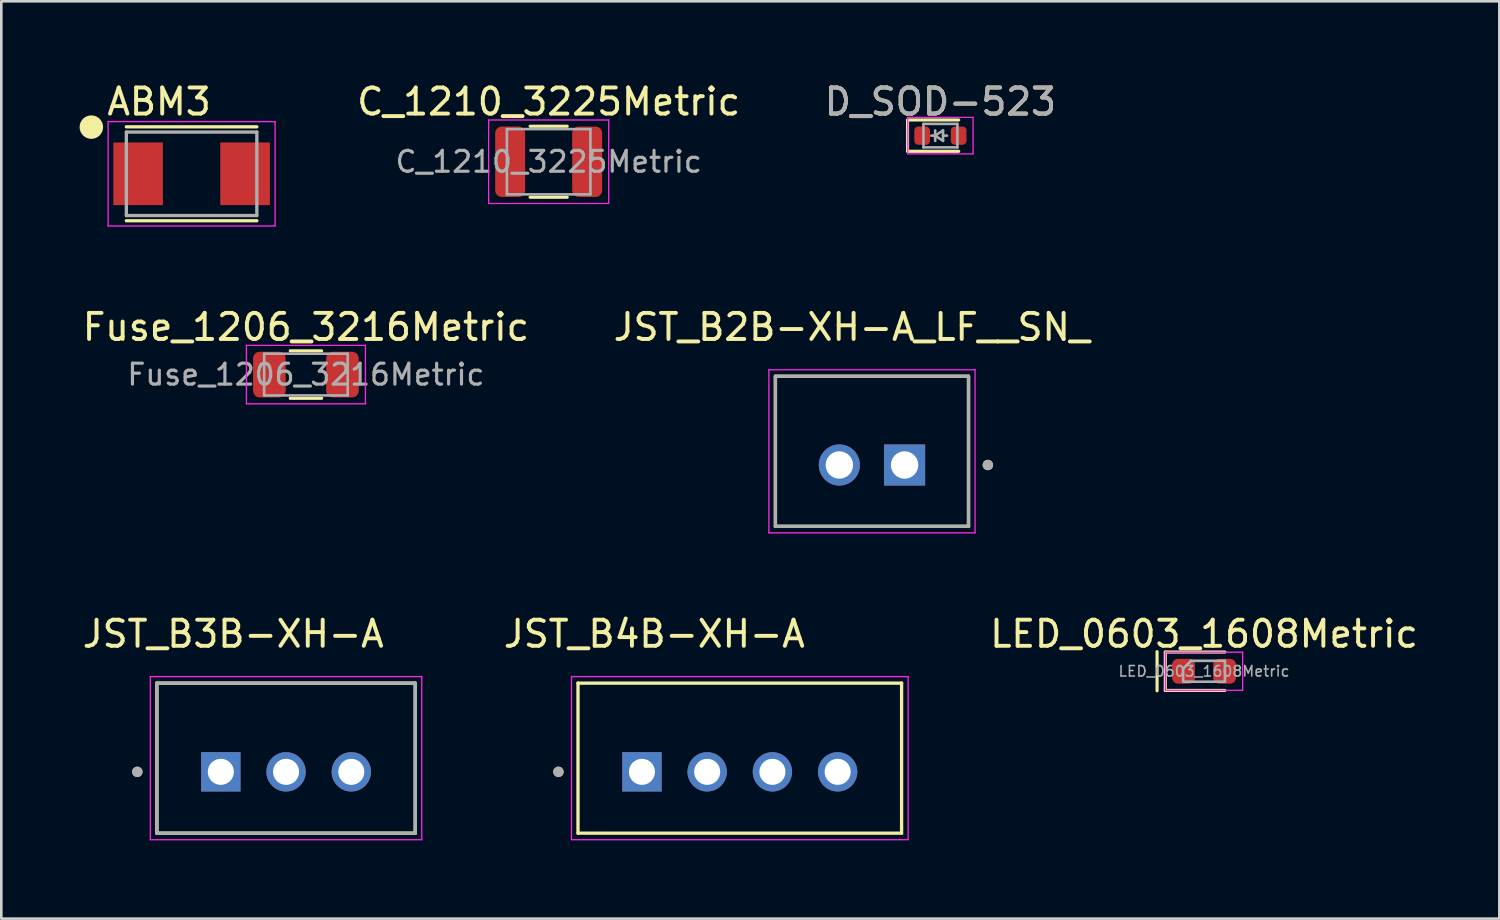
<source format=kicad_pcb>
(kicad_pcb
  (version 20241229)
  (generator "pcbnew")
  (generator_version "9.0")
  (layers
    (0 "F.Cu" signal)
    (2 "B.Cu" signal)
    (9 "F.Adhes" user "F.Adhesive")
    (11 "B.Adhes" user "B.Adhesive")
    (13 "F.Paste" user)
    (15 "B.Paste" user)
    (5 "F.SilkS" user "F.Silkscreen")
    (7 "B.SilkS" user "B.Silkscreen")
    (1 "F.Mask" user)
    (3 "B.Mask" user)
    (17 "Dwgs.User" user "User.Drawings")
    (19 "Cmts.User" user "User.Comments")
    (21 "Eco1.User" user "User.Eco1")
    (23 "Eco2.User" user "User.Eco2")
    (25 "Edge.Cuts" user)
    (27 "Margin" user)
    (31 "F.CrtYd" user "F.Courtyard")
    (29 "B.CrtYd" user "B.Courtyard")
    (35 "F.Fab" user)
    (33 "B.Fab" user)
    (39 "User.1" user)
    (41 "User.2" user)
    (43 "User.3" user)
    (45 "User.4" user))
  (footprint "JST_B3B-XH-A"
    (layer "F.Cu")
    (at 7.912 26.002)
    (property "Reference" "JST_B3B-XH-A" (at -2.025 -4.76 0) (layer "F.SilkS") (effects (font (size 1 1) (thickness 0.15))))
    (attr through_hole)
    (fp_line (start -4.95 -2.875) (end 4.95 -2.875) (stroke (width 0.127) (type solid)) (layer "F.SilkS"))
    (fp_line (start -4.95 2.875) (end -4.95 -2.875) (stroke (width 0.127) (type solid)) (layer "F.SilkS"))
    (fp_line (start 4.95 -2.875) (end 4.95 2.875) (stroke (width 0.127) (type solid)) (layer "F.SilkS"))
    (fp_line (start 4.95 2.875) (end -4.95 2.875) (stroke (width 0.127) (type solid)) (layer "F.SilkS"))
    (fp_circle (center -5.7 0.525) (end -5.6 0.525) (stroke (width 0.2) (type solid)) (fill no) (layer "F.SilkS"))
    (fp_line (start -5.2 -3.125) (end -5.2 3.125) (stroke (width 0.05) (type solid)) (layer "F.CrtYd"))
    (fp_line (start -5.2 3.125) (end 5.2 3.125) (stroke (width 0.05) (type solid)) (layer "F.CrtYd"))
    (fp_line (start 5.2 -3.125) (end -5.2 -3.125) (stroke (width 0.05) (type solid)) (layer "F.CrtYd"))
    (fp_line (start 5.2 3.125) (end 5.2 -3.125) (stroke (width 0.05) (type solid)) (layer "F.CrtYd"))
    (fp_line (start -4.95 -2.875) (end 4.95 -2.875) (stroke (width 0.127) (type solid)) (layer "F.Fab"))
    (fp_line (start -4.95 2.875) (end -4.95 -2.875) (stroke (width 0.127) (type solid)) (layer "F.Fab"))
    (fp_line (start 4.95 -2.875) (end 4.95 2.875) (stroke (width 0.127) (type solid)) (layer "F.Fab"))
    (fp_line (start 4.95 2.875) (end -4.95 2.875) (stroke (width 0.127) (type solid)) (layer "F.Fab"))
    (fp_circle (center -5.7 0.525) (end -5.6 0.525) (stroke (width 0.2) (type solid)) (fill no) (layer "F.Fab"))
    (pad "1" thru_hole rect (at -2.5 0.525) (size 1.508 1.508) (drill 1) (layers "*.Cu" "*.Mask"))
    (pad "2" thru_hole circle (at 0 0.525) (size 1.508 1.508) (drill 1) (layers "*.Cu" "*.Mask"))
    (pad "3" thru_hole circle (at 2.5 0.525) (size 1.508 1.508) (drill 1) (layers "*.Cu" "*.Mask")))
  (footprint "ABM3"
    (layer "F.Cu")
    (at 4.292 3.61)
    (property "Reference" "ABM3" (at -1.245 -2.762 0) (layer "F.SilkS") (effects (font (size 1 1) (thickness 0.15))))
    (attr smd)
    (fp_line (start -2.5 -1.8) (end 2.5 -1.8) (stroke (width 0.127) (type solid)) (layer "F.SilkS"))
    (fp_line (start -2.5 1.8) (end 2.5 1.8) (stroke (width 0.127) (type solid)) (layer "F.SilkS"))
    (fp_circle (center -3.842 -1.789) (end -3.442 -1.789) (stroke (width 0.1) (type solid)) (fill yes) (layer "F.SilkS"))
    (fp_line (start -3.2 -2) (end -3.2 2) (stroke (width 0.05) (type solid)) (layer "F.CrtYd"))
    (fp_line (start -3.2 2) (end 3.2 2) (stroke (width 0.05) (type solid)) (layer "F.CrtYd"))
    (fp_line (start 3.2 -2) (end -3.2 -2) (stroke (width 0.05) (type solid)) (layer "F.CrtYd"))
    (fp_line (start 3.2 2) (end 3.2 -2) (stroke (width 0.05) (type solid)) (layer "F.CrtYd"))
    (fp_line (start -2.5 -1.6) (end -2.5 1.6) (stroke (width 0.127) (type solid)) (layer "F.Fab"))
    (fp_line (start -2.5 -1.6) (end 2.5 -1.6) (stroke (width 0.127) (type solid)) (layer "F.Fab"))
    (fp_line (start -2.5 1.6) (end 2.5 1.6) (stroke (width 0.127) (type solid)) (layer "F.Fab"))
    (fp_line (start 2.5 -1.6) (end 2.5 1.6) (stroke (width 0.127) (type solid)) (layer "F.Fab"))
    (pad "1" smd rect (at -2.05 0) (size 1.9 2.4) (layers "F.Cu" "F.Mask" "F.Paste"))
    (pad "2" smd rect (at 2.05 0) (size 1.9 2.4) (layers "F.Cu" "F.Mask" "F.Paste")))
  (footprint "Fuse_1206_3216Metric"
    (layer "F.Cu")
    (at 8.673 11.304)
    (property "Reference" "Fuse_1206_3216Metric" (at 0 -1.82 0) (layer "F.SilkS") (effects (font (size 1 1) (thickness 0.15))))
    (attr smd)
    (fp_line (start -0.602 -0.91) (end 0.602 -0.91) (stroke (width 0.12) (type solid)) (layer "F.SilkS"))
    (fp_line (start -0.602 0.91) (end 0.602 0.91) (stroke (width 0.12) (type solid)) (layer "F.SilkS"))
    (fp_line (start -2.28 -1.12) (end 2.28 -1.12) (stroke (width 0.05) (type solid)) (layer "F.CrtYd"))
    (fp_line (start -2.28 1.12) (end -2.28 -1.12) (stroke (width 0.05) (type solid)) (layer "F.CrtYd"))
    (fp_line (start 2.28 -1.12) (end 2.28 1.12) (stroke (width 0.05) (type solid)) (layer "F.CrtYd"))
    (fp_line (start 2.28 1.12) (end -2.28 1.12) (stroke (width 0.05) (type solid)) (layer "F.CrtYd"))
    (fp_line (start -1.6 -0.8) (end 1.6 -0.8) (stroke (width 0.1) (type solid)) (layer "F.Fab"))
    (fp_line (start -1.6 0.8) (end -1.6 -0.8) (stroke (width 0.1) (type solid)) (layer "F.Fab"))
    (fp_line (start 1.6 -0.8) (end 1.6 0.8) (stroke (width 0.1) (type solid)) (layer "F.Fab"))
    (fp_line (start 1.6 0.8) (end -1.6 0.8) (stroke (width 0.1) (type solid)) (layer "F.Fab"))
    (fp_text user "${REFERENCE}" (at 0 0 0) (layer "F.Fab") (effects (font (size 0.8 0.8) (thickness 0.12))))
    (pad "1" smd roundrect (at -1.4 0) (size 1.25 1.75) (layers "F.Cu" "F.Mask" "F.Paste") (roundrect_rratio 0.2))
    (pad "2" smd roundrect (at 1.4 0) (size 1.25 1.75) (layers "F.Cu" "F.Mask" "F.Paste") (roundrect_rratio 0.2)))
  (footprint "C_1210_3225Metric"
    (layer "F.Cu")
    (at 17.975 3.148)
    (property "Reference" "C_1210_3225Metric" (at 0 -2.3 0) (layer "F.SilkS") (effects (font (size 1 1) (thickness 0.15))))
    (attr smd)
    (fp_line (start -0.711 -1.36) (end 0.711 -1.36) (stroke (width 0.12) (type solid)) (layer "F.SilkS"))
    (fp_line (start -0.711 1.36) (end 0.711 1.36) (stroke (width 0.12) (type solid)) (layer "F.SilkS"))
    (fp_line (start -2.3 -1.6) (end 2.3 -1.6) (stroke (width 0.05) (type solid)) (layer "F.CrtYd"))
    (fp_line (start -2.3 1.6) (end -2.3 -1.6) (stroke (width 0.05) (type solid)) (layer "F.CrtYd"))
    (fp_line (start 2.3 -1.6) (end 2.3 1.6) (stroke (width 0.05) (type solid)) (layer "F.CrtYd"))
    (fp_line (start 2.3 1.6) (end -2.3 1.6) (stroke (width 0.05) (type solid)) (layer "F.CrtYd"))
    (fp_line (start -1.6 -1.25) (end 1.6 -1.25) (stroke (width 0.1) (type solid)) (layer "F.Fab"))
    (fp_line (start -1.6 1.25) (end -1.6 -1.25) (stroke (width 0.1) (type solid)) (layer "F.Fab"))
    (fp_line (start 1.6 -1.25) (end 1.6 1.25) (stroke (width 0.1) (type solid)) (layer "F.Fab"))
    (fp_line (start 1.6 1.25) (end -1.6 1.25) (stroke (width 0.1) (type solid)) (layer "F.Fab"))
    (fp_text user "${REFERENCE}" (at 0 0 0) (layer "F.Fab") (effects (font (size 0.8 0.8) (thickness 0.12))))
    (pad "1" smd roundrect (at -1.475 0) (size 1.15 2.7) (layers "F.Cu" "F.Mask" "F.Paste") (roundrect_rratio 0.217))
    (pad "2" smd roundrect (at 1.475 0) (size 1.15 2.7) (layers "F.Cu" "F.Mask" "F.Paste") (roundrect_rratio 0.217))
    (zone (net_name "") (layer "F.Cu") (hatch edge 0.5) (connect_pads) (min_thickness 0.25) (filled_areas_thickness no) (keepout (tracks not_allowed) (vias not_allowed) (pads allowed) (copperpour not_allowed) (footprints allowed)) (placement (enabled no)) (fill) (polygon (pts (xy 18.625 4.568) (xy 18.625 1.728) (xy 17.325 1.728) (xy 17.325 4.568)))))
  (footprint "JST_B4B-XH-A"
    (layer "F.Cu")
    (at 24.049 26.002)
    (property "Reference" "JST_B4B-XH-A" (at -2.025 -4.76 0) (layer "F.SilkS") (effects (font (size 1 1) (thickness 0.15))))
    (attr through_hole)
    (fp_line (start -4.95 -2.875) (end 7.45 -2.875) (stroke (width 0.127) (type solid)) (layer "F.SilkS"))
    (fp_line (start -4.95 2.875) (end -4.95 -2.875) (stroke (width 0.127) (type solid)) (layer "F.SilkS"))
    (fp_line (start 7.45 -2.875) (end 7.45 2.875) (stroke (width 0.127) (type solid)) (layer "F.SilkS"))
    (fp_line (start 7.45 2.875) (end -4.95 2.875) (stroke (width 0.127) (type solid)) (layer "F.SilkS"))
    (fp_circle (center -5.7 0.525) (end -5.6 0.525) (stroke (width 0.2) (type solid)) (fill no) (layer "F.SilkS"))
    (fp_line (start -5.2 -3.125) (end -5.2 3.125) (stroke (width 0.05) (type solid)) (layer "F.CrtYd"))
    (fp_line (start -5.2 3.125) (end 7.7 3.125) (stroke (width 0.05) (type solid)) (layer "F.CrtYd"))
    (fp_line (start 7.7 -3.125) (end -5.2 -3.125) (stroke (width 0.05) (type solid)) (layer "F.CrtYd"))
    (fp_line (start 7.7 3.125) (end 7.7 -3.125) (stroke (width 0.05) (type solid)) (layer "F.CrtYd"))
    (fp_circle (center -5.7 0.525) (end -5.6 0.525) (stroke (width 0.2) (type solid)) (fill no) (layer "F.Fab"))
    (pad "1" thru_hole rect (at -2.5 0.525) (size 1.508 1.508) (drill 1) (layers "*.Cu" "*.Mask"))
    (pad "2" thru_hole circle (at 0 0.525) (size 1.508 1.508) (drill 1) (layers "*.Cu" "*.Mask"))
    (pad "3" thru_hole circle (at 2.5 0.525) (size 1.508 1.508) (drill 1) (layers "*.Cu" "*.Mask"))
    (pad "3" thru_hole circle (at 5 0.525) (size 1.508 1.508) (drill 1) (layers "*.Cu" "*.Mask")))
  (footprint "D_SOD-523"
    (layer "F.Cu")
    (at 32.987 2.148)
    (property "Reference" "D_SOD-523" (at 0 -1.3 0) (layer "F.SilkS") (effects (font (size 1 1) (thickness 0.15))))
    (attr smd)
    (fp_line (start -1.26 -0.6) (end -1.26 0.6) (stroke (width 0.12) (type solid)) (layer "F.SilkS"))
    (fp_line (start 0.7 -0.6) (end -1.26 -0.6) (stroke (width 0.12) (type solid)) (layer "F.SilkS"))
    (fp_line (start 0.7 0.6) (end -1.26 0.6) (stroke (width 0.12) (type solid)) (layer "F.SilkS"))
    (fp_line (start -1.25 -0.7) (end 1.25 -0.7) (stroke (width 0.05) (type solid)) (layer "F.CrtYd"))
    (fp_line (start -1.25 0.7) (end -1.25 -0.7) (stroke (width 0.05) (type solid)) (layer "F.CrtYd"))
    (fp_line (start 1.25 -0.7) (end 1.25 0.7) (stroke (width 0.05) (type solid)) (layer "F.CrtYd"))
    (fp_line (start 1.25 0.7) (end -1.25 0.7) (stroke (width 0.05) (type solid)) (layer "F.CrtYd"))
    (fp_line (start -0.65 -0.45) (end 0.65 -0.45) (stroke (width 0.1) (type solid)) (layer "F.Fab"))
    (fp_line (start -0.65 0.45) (end -0.65 -0.45) (stroke (width 0.1) (type solid)) (layer "F.Fab"))
    (fp_line (start -0.2 0) (end -0.35 0) (stroke (width 0.1) (type solid)) (layer "F.Fab"))
    (fp_line (start -0.2 0) (end 0.1 0.2) (stroke (width 0.1) (type solid)) (layer "F.Fab"))
    (fp_line (start -0.2 0.2) (end -0.2 -0.2) (stroke (width 0.1) (type solid)) (layer "F.Fab"))
    (fp_line (start 0.1 -0.2) (end -0.2 0) (stroke (width 0.1) (type solid)) (layer "F.Fab"))
    (fp_line (start 0.1 0) (end 0.25 0) (stroke (width 0.1) (type solid)) (layer "F.Fab"))
    (fp_line (start 0.1 0.2) (end 0.1 -0.2) (stroke (width 0.1) (type solid)) (layer "F.Fab"))
    (fp_line (start 0.65 -0.45) (end 0.65 0.45) (stroke (width 0.1) (type solid)) (layer "F.Fab"))
    (fp_line (start 0.65 0.45) (end -0.65 0.45) (stroke (width 0.1) (type solid)) (layer "F.Fab"))
    (fp_text user "${REFERENCE}" (at 0 -1.3 0) (layer "F.Fab") (effects (font (size 1 1) (thickness 0.15))))
    (pad "1" smd roundrect (at -0.7 0 180) (size 0.6 0.7) (layers "F.Cu" "F.Mask" "F.Paste") (roundrect_rratio 0.25))
    (pad "2" smd roundrect (at 0.7 0 180) (size 0.6 0.7) (layers "F.Cu" "F.Mask" "F.Paste") (roundrect_rratio 0.25)))
  (footprint "JST_B2B-XH-A_LF__SN_"
    (layer "F.Cu")
    (at 30.364 14.244)
    (property "Reference" "JST_B2B-XH-A_LF__SN_" (at -0.775 -4.76 0) (layer "F.SilkS") (effects (font (size 1 1) (thickness 0.15))))
    (attr through_hole)
    (fp_line (start -3.7 -2.875) (end 3.7 -2.875) (stroke (width 0.127) (type solid)) (layer "F.SilkS"))
    (fp_line (start -3.7 2.875) (end -3.7 -2.875) (stroke (width 0.127) (type solid)) (layer "F.SilkS"))
    (fp_line (start 3.7 -2.875) (end 3.7 2.875) (stroke (width 0.127) (type solid)) (layer "F.SilkS"))
    (fp_line (start 3.7 2.875) (end -3.7 2.875) (stroke (width 0.127) (type solid)) (layer "F.SilkS"))
    (fp_circle (center 4.44 0.525) (end 4.54 0.525) (stroke (width 0.2) (type solid)) (fill no) (layer "F.SilkS"))
    (fp_line (start -3.95 -3.125) (end -3.95 3.125) (stroke (width 0.05) (type solid)) (layer "F.CrtYd"))
    (fp_line (start -3.95 3.125) (end 3.95 3.125) (stroke (width 0.05) (type solid)) (layer "F.CrtYd"))
    (fp_line (start 3.95 -3.125) (end -3.95 -3.125) (stroke (width 0.05) (type solid)) (layer "F.CrtYd"))
    (fp_line (start 3.95 3.125) (end 3.95 -3.125) (stroke (width 0.05) (type solid)) (layer "F.CrtYd"))
    (fp_line (start -3.7 -2.875) (end 3.7 -2.875) (stroke (width 0.127) (type solid)) (layer "F.Fab"))
    (fp_line (start -3.7 2.875) (end -3.7 -2.875) (stroke (width 0.127) (type solid)) (layer "F.Fab"))
    (fp_line (start 3.7 -2.875) (end 3.7 2.875) (stroke (width 0.127) (type solid)) (layer "F.Fab"))
    (fp_line (start 3.7 2.875) (end -3.7 2.875) (stroke (width 0.127) (type solid)) (layer "F.Fab"))
    (fp_circle (center 4.44 0.525) (end 4.54 0.525) (stroke (width 0.2) (type solid)) (fill no) (layer "F.Fab"))
    (pad "1" thru_hole rect (at 1.25 0.525) (size 1.575 1.575) (drill 1.05) (layers "*.Cu" "*.Mask"))
    (pad "2" thru_hole circle (at -1.25 0.525) (size 1.575 1.575) (drill 1.05) (layers "*.Cu" "*.Mask")))
  (footprint "LED_0603_1608Metric"
    (layer "F.Cu")
    (at 43.089 22.672)
    (property "Reference" "LED_0603_1608Metric" (at 0 -1.43 0) (layer "F.SilkS") (effects (font (size 1 1) (thickness 0.15))))
    (attr smd)
    (fp_line (start -1.8 -0.75) (end -1.8 0.75) (stroke (width 0.12) (type solid)) (layer "F.SilkS"))
    (fp_line (start -1.485 -0.735) (end -1.485 0.735) (stroke (width 0.12) (type solid)) (layer "F.SilkS"))
    (fp_line (start -1.485 0.735) (end 0.8 0.735) (stroke (width 0.12) (type solid)) (layer "F.SilkS"))
    (fp_line (start 0.8 -0.735) (end -1.485 -0.735) (stroke (width 0.12) (type solid)) (layer "F.SilkS"))
    (fp_line (start -1.48 -0.73) (end 1.48 -0.73) (stroke (width 0.05) (type solid)) (layer "F.CrtYd"))
    (fp_line (start -1.48 0.73) (end -1.48 -0.73) (stroke (width 0.05) (type solid)) (layer "F.CrtYd"))
    (fp_line (start 1.48 -0.73) (end 1.48 0.73) (stroke (width 0.05) (type solid)) (layer "F.CrtYd"))
    (fp_line (start 1.48 0.73) (end -1.48 0.73) (stroke (width 0.05) (type solid)) (layer "F.CrtYd"))
    (fp_line (start -0.8 -0.1) (end -0.8 0.4) (stroke (width 0.1) (type solid)) (layer "F.Fab"))
    (fp_line (start -0.8 0.4) (end 0.8 0.4) (stroke (width 0.1) (type solid)) (layer "F.Fab"))
    (fp_line (start -0.5 -0.4) (end -0.8 -0.1) (stroke (width 0.1) (type solid)) (layer "F.Fab"))
    (fp_line (start 0.8 -0.4) (end -0.5 -0.4) (stroke (width 0.1) (type solid)) (layer "F.Fab"))
    (fp_line (start 0.8 0.4) (end 0.8 -0.4) (stroke (width 0.1) (type solid)) (layer "F.Fab"))
    (fp_text user "${REFERENCE}" (at 0 0 0) (layer "F.Fab") (effects (font (size 0.4 0.4) (thickness 0.06))))
    (pad "1" smd roundrect (at -0.787 0) (size 0.875 0.95) (layers "F.Cu" "F.Mask" "F.Paste") (roundrect_rratio 0.25))
    (pad "2" smd roundrect (at 0.787 0) (size 0.875 0.95) (layers "F.Cu" "F.Mask" "F.Paste") (roundrect_rratio 0.25)))
  (gr_rect
    (start -3 -3)
    (end 54.405 32.152)
    (stroke (width 0.1) (type default))
    (fill no)
    (layer "Edge.Cuts")))
</source>
